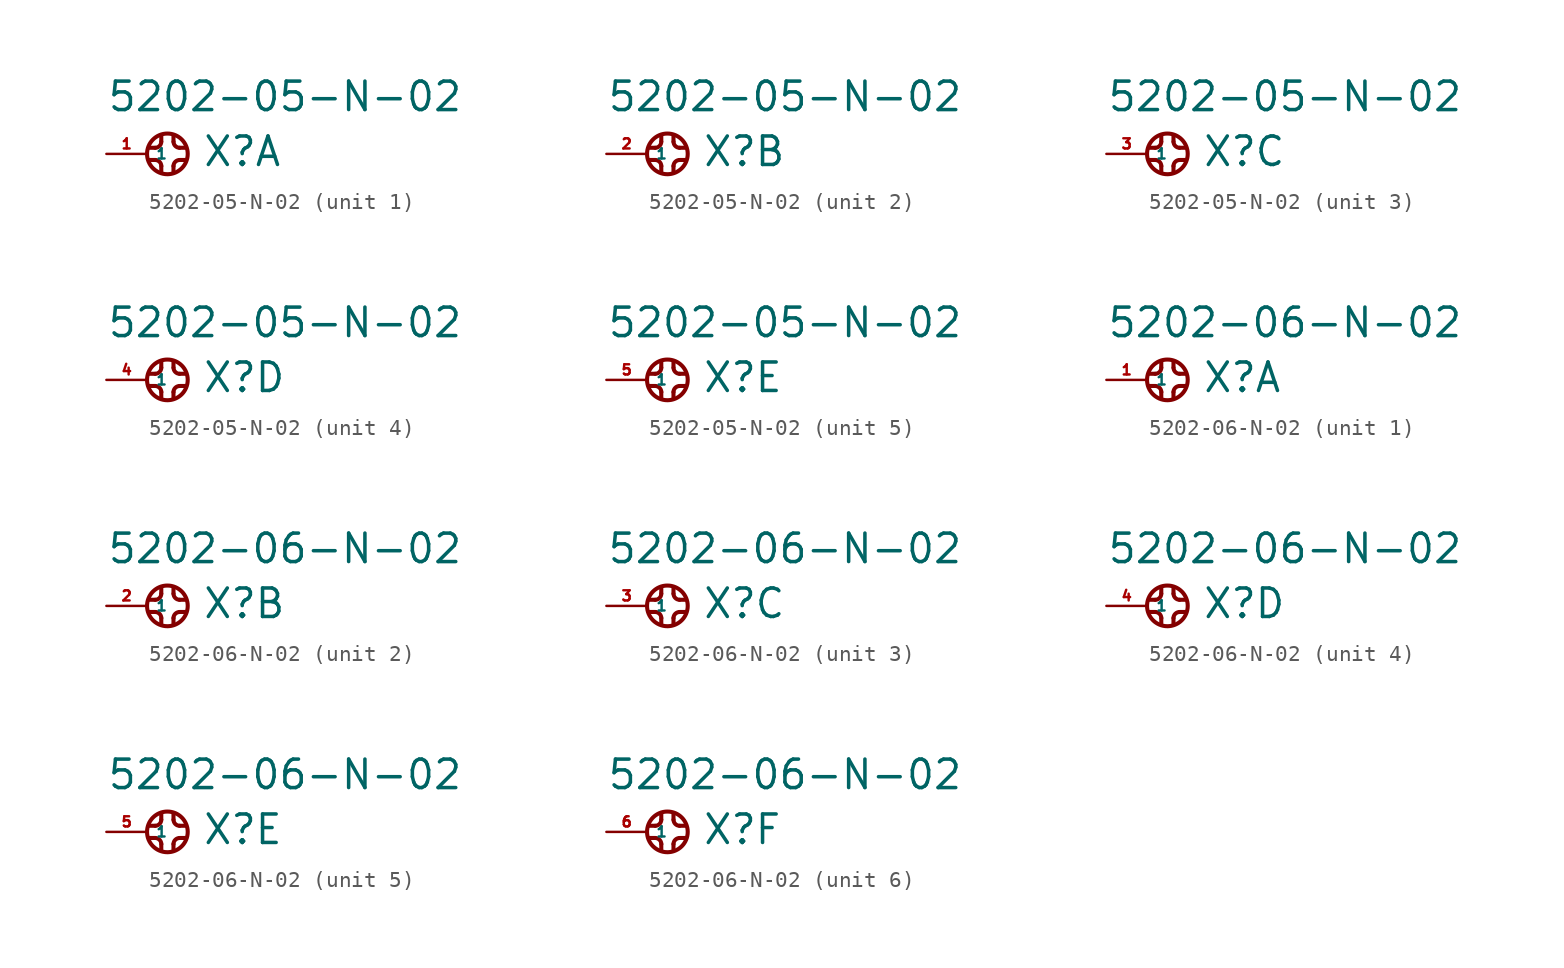
<source format=kicad_sym>
(kicad_symbol_lib
  (version 20220914)
  (generator Eagle2Kicad)
  (symbol "5202-05-N-02"
    (property "Reference" "X"
      (at 3.429 -0.889 0)
      (effects (font (size 1.778 1.778) (thickness 0.22)) (justify left bottom)))
    (property "Value" "5202-05-N-02"
      (at -2.54 2.54 0)
      (effects (font (size 1.778 1.778) (thickness 0.22)) (justify left bottom)))
    (symbol "5202-05-N-02_1_0"
      (polyline (pts (xy 0.889 1.143) (xy 0.889 0.762)) (stroke (width 0.254) (type default)) (fill (type none)))
      (arc (start 0.508 0.381) (mid 0.777 0.493) (end 0.889 0.762) (stroke (width 0.254) (type default)) (fill (type none)))
      (polyline (pts (xy 0.508 0.381) (xy 0.127 0.381)) (stroke (width 0.254) (type default)) (fill (type none)))
      (polyline (pts (xy 0.127 -0.381) (xy 0.508 -0.381)) (stroke (width 0.254) (type default)) (fill (type none)))
      (arc (start 0.889 -0.762) (mid 0.777 -0.493) (end 0.508 -0.381) (stroke (width 0.254) (type default)) (fill (type none)))
      (polyline (pts (xy 0.889 -0.762) (xy 0.889 -1.143)) (stroke (width 0.254) (type default)) (fill (type none)))
      (polyline (pts (xy 1.651 -1.143) (xy 1.651 -0.762)) (stroke (width 0.254) (type default)) (fill (type none)))
      (arc (start 2.032 -0.381) (mid 1.763 -0.493) (end 1.651 -0.762) (stroke (width 0.254) (type default)) (fill (type none)))
      (polyline (pts (xy 2.032 -0.381) (xy 2.413 -0.381)) (stroke (width 0.254) (type default)) (fill (type none)))
      (polyline (pts (xy 2.413 0.381) (xy 2.032 0.381)) (stroke (width 0.254) (type default)) (fill (type none)))
      (arc (start 1.651 0.762) (mid 1.763 0.493) (end 2.032 0.381) (stroke (width 0.254) (type default)) (fill (type none)))
      (polyline (pts (xy 1.651 0.762) (xy 1.651 1.143)) (stroke (width 0.254) (type default)) (fill (type none)))
      (circle (center 1.27 0) (radius 1.27) (stroke (width 0.254) (type default)) (fill (type none)))
      (pin passive line (at -2.54 0 0) (length 2.54) (name "1" (effects (font (size 0.635 0.635) (thickness 0.08)) (justify left bottom))) (number "1" (effects (font (size 0.635 0.635) (thickness 0.08)) (justify left bottom)))))
    (symbol "5202-05-N-02_2_0"
      (polyline (pts (xy 0.889 1.143) (xy 0.889 0.762)) (stroke (width 0.254) (type default)) (fill (type none)))
      (arc (start 0.508 0.381) (mid 0.777 0.493) (end 0.889 0.762) (stroke (width 0.254) (type default)) (fill (type none)))
      (polyline (pts (xy 0.508 0.381) (xy 0.127 0.381)) (stroke (width 0.254) (type default)) (fill (type none)))
      (polyline (pts (xy 0.127 -0.381) (xy 0.508 -0.381)) (stroke (width 0.254) (type default)) (fill (type none)))
      (arc (start 0.889 -0.762) (mid 0.777 -0.493) (end 0.508 -0.381) (stroke (width 0.254) (type default)) (fill (type none)))
      (polyline (pts (xy 0.889 -0.762) (xy 0.889 -1.143)) (stroke (width 0.254) (type default)) (fill (type none)))
      (polyline (pts (xy 1.651 -1.143) (xy 1.651 -0.762)) (stroke (width 0.254) (type default)) (fill (type none)))
      (arc (start 2.032 -0.381) (mid 1.763 -0.493) (end 1.651 -0.762) (stroke (width 0.254) (type default)) (fill (type none)))
      (polyline (pts (xy 2.032 -0.381) (xy 2.413 -0.381)) (stroke (width 0.254) (type default)) (fill (type none)))
      (polyline (pts (xy 2.413 0.381) (xy 2.032 0.381)) (stroke (width 0.254) (type default)) (fill (type none)))
      (arc (start 1.651 0.762) (mid 1.763 0.493) (end 2.032 0.381) (stroke (width 0.254) (type default)) (fill (type none)))
      (polyline (pts (xy 1.651 0.762) (xy 1.651 1.143)) (stroke (width 0.254) (type default)) (fill (type none)))
      (circle (center 1.27 0) (radius 1.27) (stroke (width 0.254) (type default)) (fill (type none)))
      (pin passive line (at -2.54 0 0) (length 2.54) (name "1" (effects (font (size 0.635 0.635) (thickness 0.08)) (justify left bottom))) (number "2" (effects (font (size 0.635 0.635) (thickness 0.08)) (justify left bottom)))))
    (symbol "5202-05-N-02_3_0"
      (polyline (pts (xy 0.889 1.143) (xy 0.889 0.762)) (stroke (width 0.254) (type default)) (fill (type none)))
      (arc (start 0.508 0.381) (mid 0.777 0.493) (end 0.889 0.762) (stroke (width 0.254) (type default)) (fill (type none)))
      (polyline (pts (xy 0.508 0.381) (xy 0.127 0.381)) (stroke (width 0.254) (type default)) (fill (type none)))
      (polyline (pts (xy 0.127 -0.381) (xy 0.508 -0.381)) (stroke (width 0.254) (type default)) (fill (type none)))
      (arc (start 0.889 -0.762) (mid 0.777 -0.493) (end 0.508 -0.381) (stroke (width 0.254) (type default)) (fill (type none)))
      (polyline (pts (xy 0.889 -0.762) (xy 0.889 -1.143)) (stroke (width 0.254) (type default)) (fill (type none)))
      (polyline (pts (xy 1.651 -1.143) (xy 1.651 -0.762)) (stroke (width 0.254) (type default)) (fill (type none)))
      (arc (start 2.032 -0.381) (mid 1.763 -0.493) (end 1.651 -0.762) (stroke (width 0.254) (type default)) (fill (type none)))
      (polyline (pts (xy 2.032 -0.381) (xy 2.413 -0.381)) (stroke (width 0.254) (type default)) (fill (type none)))
      (polyline (pts (xy 2.413 0.381) (xy 2.032 0.381)) (stroke (width 0.254) (type default)) (fill (type none)))
      (arc (start 1.651 0.762) (mid 1.763 0.493) (end 2.032 0.381) (stroke (width 0.254) (type default)) (fill (type none)))
      (polyline (pts (xy 1.651 0.762) (xy 1.651 1.143)) (stroke (width 0.254) (type default)) (fill (type none)))
      (circle (center 1.27 0) (radius 1.27) (stroke (width 0.254) (type default)) (fill (type none)))
      (pin passive line (at -2.54 0 0) (length 2.54) (name "1" (effects (font (size 0.635 0.635) (thickness 0.08)) (justify left bottom))) (number "3" (effects (font (size 0.635 0.635) (thickness 0.08)) (justify left bottom)))))
    (symbol "5202-05-N-02_4_0"
      (polyline (pts (xy 0.889 1.143) (xy 0.889 0.762)) (stroke (width 0.254) (type default)) (fill (type none)))
      (arc (start 0.508 0.381) (mid 0.777 0.493) (end 0.889 0.762) (stroke (width 0.254) (type default)) (fill (type none)))
      (polyline (pts (xy 0.508 0.381) (xy 0.127 0.381)) (stroke (width 0.254) (type default)) (fill (type none)))
      (polyline (pts (xy 0.127 -0.381) (xy 0.508 -0.381)) (stroke (width 0.254) (type default)) (fill (type none)))
      (arc (start 0.889 -0.762) (mid 0.777 -0.493) (end 0.508 -0.381) (stroke (width 0.254) (type default)) (fill (type none)))
      (polyline (pts (xy 0.889 -0.762) (xy 0.889 -1.143)) (stroke (width 0.254) (type default)) (fill (type none)))
      (polyline (pts (xy 1.651 -1.143) (xy 1.651 -0.762)) (stroke (width 0.254) (type default)) (fill (type none)))
      (arc (start 2.032 -0.381) (mid 1.763 -0.493) (end 1.651 -0.762) (stroke (width 0.254) (type default)) (fill (type none)))
      (polyline (pts (xy 2.032 -0.381) (xy 2.413 -0.381)) (stroke (width 0.254) (type default)) (fill (type none)))
      (polyline (pts (xy 2.413 0.381) (xy 2.032 0.381)) (stroke (width 0.254) (type default)) (fill (type none)))
      (arc (start 1.651 0.762) (mid 1.763 0.493) (end 2.032 0.381) (stroke (width 0.254) (type default)) (fill (type none)))
      (polyline (pts (xy 1.651 0.762) (xy 1.651 1.143)) (stroke (width 0.254) (type default)) (fill (type none)))
      (circle (center 1.27 0) (radius 1.27) (stroke (width 0.254) (type default)) (fill (type none)))
      (pin passive line (at -2.54 0 0) (length 2.54) (name "1" (effects (font (size 0.635 0.635) (thickness 0.08)) (justify left bottom))) (number "4" (effects (font (size 0.635 0.635) (thickness 0.08)) (justify left bottom)))))
    (symbol "5202-05-N-02_5_0"
      (polyline (pts (xy 0.889 1.143) (xy 0.889 0.762)) (stroke (width 0.254) (type default)) (fill (type none)))
      (arc (start 0.508 0.381) (mid 0.777 0.493) (end 0.889 0.762) (stroke (width 0.254) (type default)) (fill (type none)))
      (polyline (pts (xy 0.508 0.381) (xy 0.127 0.381)) (stroke (width 0.254) (type default)) (fill (type none)))
      (polyline (pts (xy 0.127 -0.381) (xy 0.508 -0.381)) (stroke (width 0.254) (type default)) (fill (type none)))
      (arc (start 0.889 -0.762) (mid 0.777 -0.493) (end 0.508 -0.381) (stroke (width 0.254) (type default)) (fill (type none)))
      (polyline (pts (xy 0.889 -0.762) (xy 0.889 -1.143)) (stroke (width 0.254) (type default)) (fill (type none)))
      (polyline (pts (xy 1.651 -1.143) (xy 1.651 -0.762)) (stroke (width 0.254) (type default)) (fill (type none)))
      (arc (start 2.032 -0.381) (mid 1.763 -0.493) (end 1.651 -0.762) (stroke (width 0.254) (type default)) (fill (type none)))
      (polyline (pts (xy 2.032 -0.381) (xy 2.413 -0.381)) (stroke (width 0.254) (type default)) (fill (type none)))
      (polyline (pts (xy 2.413 0.381) (xy 2.032 0.381)) (stroke (width 0.254) (type default)) (fill (type none)))
      (arc (start 1.651 0.762) (mid 1.763 0.493) (end 2.032 0.381) (stroke (width 0.254) (type default)) (fill (type none)))
      (polyline (pts (xy 1.651 0.762) (xy 1.651 1.143)) (stroke (width 0.254) (type default)) (fill (type none)))
      (circle (center 1.27 0) (radius 1.27) (stroke (width 0.254) (type default)) (fill (type none)))
      (pin passive line (at -2.54 0 0) (length 2.54) (name "1" (effects (font (size 0.635 0.635) (thickness 0.08)) (justify left bottom))) (number "5" (effects (font (size 0.635 0.635) (thickness 0.08)) (justify left bottom))))))
  (symbol "5202-06-N-02"
    (property "Reference" "X"
      (at 3.429 -0.889 0)
      (effects (font (size 1.778 1.778) (thickness 0.22)) (justify left bottom)))
    (property "Value" "5202-06-N-02"
      (at -2.54 2.54 0)
      (effects (font (size 1.778 1.778) (thickness 0.22)) (justify left bottom)))
    (symbol "5202-06-N-02_1_0"
      (polyline (pts (xy 0.889 1.143) (xy 0.889 0.762)) (stroke (width 0.254) (type default)) (fill (type none)))
      (arc (start 0.508 0.381) (mid 0.777 0.493) (end 0.889 0.762) (stroke (width 0.254) (type default)) (fill (type none)))
      (polyline (pts (xy 0.508 0.381) (xy 0.127 0.381)) (stroke (width 0.254) (type default)) (fill (type none)))
      (polyline (pts (xy 0.127 -0.381) (xy 0.508 -0.381)) (stroke (width 0.254) (type default)) (fill (type none)))
      (arc (start 0.889 -0.762) (mid 0.777 -0.493) (end 0.508 -0.381) (stroke (width 0.254) (type default)) (fill (type none)))
      (polyline (pts (xy 0.889 -0.762) (xy 0.889 -1.143)) (stroke (width 0.254) (type default)) (fill (type none)))
      (polyline (pts (xy 1.651 -1.143) (xy 1.651 -0.762)) (stroke (width 0.254) (type default)) (fill (type none)))
      (arc (start 2.032 -0.381) (mid 1.763 -0.493) (end 1.651 -0.762) (stroke (width 0.254) (type default)) (fill (type none)))
      (polyline (pts (xy 2.032 -0.381) (xy 2.413 -0.381)) (stroke (width 0.254) (type default)) (fill (type none)))
      (polyline (pts (xy 2.413 0.381) (xy 2.032 0.381)) (stroke (width 0.254) (type default)) (fill (type none)))
      (arc (start 1.651 0.762) (mid 1.763 0.493) (end 2.032 0.381) (stroke (width 0.254) (type default)) (fill (type none)))
      (polyline (pts (xy 1.651 0.762) (xy 1.651 1.143)) (stroke (width 0.254) (type default)) (fill (type none)))
      (circle (center 1.27 0) (radius 1.27) (stroke (width 0.254) (type default)) (fill (type none)))
      (pin passive line (at -2.54 0 0) (length 2.54) (name "1" (effects (font (size 0.635 0.635) (thickness 0.08)) (justify left bottom))) (number "1" (effects (font (size 0.635 0.635) (thickness 0.08)) (justify left bottom)))))
    (symbol "5202-06-N-02_2_0"
      (polyline (pts (xy 0.889 1.143) (xy 0.889 0.762)) (stroke (width 0.254) (type default)) (fill (type none)))
      (arc (start 0.508 0.381) (mid 0.777 0.493) (end 0.889 0.762) (stroke (width 0.254) (type default)) (fill (type none)))
      (polyline (pts (xy 0.508 0.381) (xy 0.127 0.381)) (stroke (width 0.254) (type default)) (fill (type none)))
      (polyline (pts (xy 0.127 -0.381) (xy 0.508 -0.381)) (stroke (width 0.254) (type default)) (fill (type none)))
      (arc (start 0.889 -0.762) (mid 0.777 -0.493) (end 0.508 -0.381) (stroke (width 0.254) (type default)) (fill (type none)))
      (polyline (pts (xy 0.889 -0.762) (xy 0.889 -1.143)) (stroke (width 0.254) (type default)) (fill (type none)))
      (polyline (pts (xy 1.651 -1.143) (xy 1.651 -0.762)) (stroke (width 0.254) (type default)) (fill (type none)))
      (arc (start 2.032 -0.381) (mid 1.763 -0.493) (end 1.651 -0.762) (stroke (width 0.254) (type default)) (fill (type none)))
      (polyline (pts (xy 2.032 -0.381) (xy 2.413 -0.381)) (stroke (width 0.254) (type default)) (fill (type none)))
      (polyline (pts (xy 2.413 0.381) (xy 2.032 0.381)) (stroke (width 0.254) (type default)) (fill (type none)))
      (arc (start 1.651 0.762) (mid 1.763 0.493) (end 2.032 0.381) (stroke (width 0.254) (type default)) (fill (type none)))
      (polyline (pts (xy 1.651 0.762) (xy 1.651 1.143)) (stroke (width 0.254) (type default)) (fill (type none)))
      (circle (center 1.27 0) (radius 1.27) (stroke (width 0.254) (type default)) (fill (type none)))
      (pin passive line (at -2.54 0 0) (length 2.54) (name "1" (effects (font (size 0.635 0.635) (thickness 0.08)) (justify left bottom))) (number "2" (effects (font (size 0.635 0.635) (thickness 0.08)) (justify left bottom)))))
    (symbol "5202-06-N-02_3_0"
      (polyline (pts (xy 0.889 1.143) (xy 0.889 0.762)) (stroke (width 0.254) (type default)) (fill (type none)))
      (arc (start 0.508 0.381) (mid 0.777 0.493) (end 0.889 0.762) (stroke (width 0.254) (type default)) (fill (type none)))
      (polyline (pts (xy 0.508 0.381) (xy 0.127 0.381)) (stroke (width 0.254) (type default)) (fill (type none)))
      (polyline (pts (xy 0.127 -0.381) (xy 0.508 -0.381)) (stroke (width 0.254) (type default)) (fill (type none)))
      (arc (start 0.889 -0.762) (mid 0.777 -0.493) (end 0.508 -0.381) (stroke (width 0.254) (type default)) (fill (type none)))
      (polyline (pts (xy 0.889 -0.762) (xy 0.889 -1.143)) (stroke (width 0.254) (type default)) (fill (type none)))
      (polyline (pts (xy 1.651 -1.143) (xy 1.651 -0.762)) (stroke (width 0.254) (type default)) (fill (type none)))
      (arc (start 2.032 -0.381) (mid 1.763 -0.493) (end 1.651 -0.762) (stroke (width 0.254) (type default)) (fill (type none)))
      (polyline (pts (xy 2.032 -0.381) (xy 2.413 -0.381)) (stroke (width 0.254) (type default)) (fill (type none)))
      (polyline (pts (xy 2.413 0.381) (xy 2.032 0.381)) (stroke (width 0.254) (type default)) (fill (type none)))
      (arc (start 1.651 0.762) (mid 1.763 0.493) (end 2.032 0.381) (stroke (width 0.254) (type default)) (fill (type none)))
      (polyline (pts (xy 1.651 0.762) (xy 1.651 1.143)) (stroke (width 0.254) (type default)) (fill (type none)))
      (circle (center 1.27 0) (radius 1.27) (stroke (width 0.254) (type default)) (fill (type none)))
      (pin passive line (at -2.54 0 0) (length 2.54) (name "1" (effects (font (size 0.635 0.635) (thickness 0.08)) (justify left bottom))) (number "3" (effects (font (size 0.635 0.635) (thickness 0.08)) (justify left bottom)))))
    (symbol "5202-06-N-02_4_0"
      (polyline (pts (xy 0.889 1.143) (xy 0.889 0.762)) (stroke (width 0.254) (type default)) (fill (type none)))
      (arc (start 0.508 0.381) (mid 0.777 0.493) (end 0.889 0.762) (stroke (width 0.254) (type default)) (fill (type none)))
      (polyline (pts (xy 0.508 0.381) (xy 0.127 0.381)) (stroke (width 0.254) (type default)) (fill (type none)))
      (polyline (pts (xy 0.127 -0.381) (xy 0.508 -0.381)) (stroke (width 0.254) (type default)) (fill (type none)))
      (arc (start 0.889 -0.762) (mid 0.777 -0.493) (end 0.508 -0.381) (stroke (width 0.254) (type default)) (fill (type none)))
      (polyline (pts (xy 0.889 -0.762) (xy 0.889 -1.143)) (stroke (width 0.254) (type default)) (fill (type none)))
      (polyline (pts (xy 1.651 -1.143) (xy 1.651 -0.762)) (stroke (width 0.254) (type default)) (fill (type none)))
      (arc (start 2.032 -0.381) (mid 1.763 -0.493) (end 1.651 -0.762) (stroke (width 0.254) (type default)) (fill (type none)))
      (polyline (pts (xy 2.032 -0.381) (xy 2.413 -0.381)) (stroke (width 0.254) (type default)) (fill (type none)))
      (polyline (pts (xy 2.413 0.381) (xy 2.032 0.381)) (stroke (width 0.254) (type default)) (fill (type none)))
      (arc (start 1.651 0.762) (mid 1.763 0.493) (end 2.032 0.381) (stroke (width 0.254) (type default)) (fill (type none)))
      (polyline (pts (xy 1.651 0.762) (xy 1.651 1.143)) (stroke (width 0.254) (type default)) (fill (type none)))
      (circle (center 1.27 0) (radius 1.27) (stroke (width 0.254) (type default)) (fill (type none)))
      (pin passive line (at -2.54 0 0) (length 2.54) (name "1" (effects (font (size 0.635 0.635) (thickness 0.08)) (justify left bottom))) (number "4" (effects (font (size 0.635 0.635) (thickness 0.08)) (justify left bottom)))))
    (symbol "5202-06-N-02_5_0"
      (polyline (pts (xy 0.889 1.143) (xy 0.889 0.762)) (stroke (width 0.254) (type default)) (fill (type none)))
      (arc (start 0.508 0.381) (mid 0.777 0.493) (end 0.889 0.762) (stroke (width 0.254) (type default)) (fill (type none)))
      (polyline (pts (xy 0.508 0.381) (xy 0.127 0.381)) (stroke (width 0.254) (type default)) (fill (type none)))
      (polyline (pts (xy 0.127 -0.381) (xy 0.508 -0.381)) (stroke (width 0.254) (type default)) (fill (type none)))
      (arc (start 0.889 -0.762) (mid 0.777 -0.493) (end 0.508 -0.381) (stroke (width 0.254) (type default)) (fill (type none)))
      (polyline (pts (xy 0.889 -0.762) (xy 0.889 -1.143)) (stroke (width 0.254) (type default)) (fill (type none)))
      (polyline (pts (xy 1.651 -1.143) (xy 1.651 -0.762)) (stroke (width 0.254) (type default)) (fill (type none)))
      (arc (start 2.032 -0.381) (mid 1.763 -0.493) (end 1.651 -0.762) (stroke (width 0.254) (type default)) (fill (type none)))
      (polyline (pts (xy 2.032 -0.381) (xy 2.413 -0.381)) (stroke (width 0.254) (type default)) (fill (type none)))
      (polyline (pts (xy 2.413 0.381) (xy 2.032 0.381)) (stroke (width 0.254) (type default)) (fill (type none)))
      (arc (start 1.651 0.762) (mid 1.763 0.493) (end 2.032 0.381) (stroke (width 0.254) (type default)) (fill (type none)))
      (polyline (pts (xy 1.651 0.762) (xy 1.651 1.143)) (stroke (width 0.254) (type default)) (fill (type none)))
      (circle (center 1.27 0) (radius 1.27) (stroke (width 0.254) (type default)) (fill (type none)))
      (pin passive line (at -2.54 0 0) (length 2.54) (name "1" (effects (font (size 0.635 0.635) (thickness 0.08)) (justify left bottom))) (number "5" (effects (font (size 0.635 0.635) (thickness 0.08)) (justify left bottom)))))
    (symbol "5202-06-N-02_6_0"
      (polyline (pts (xy 0.889 1.143) (xy 0.889 0.762)) (stroke (width 0.254) (type default)) (fill (type none)))
      (arc (start 0.508 0.381) (mid 0.777 0.493) (end 0.889 0.762) (stroke (width 0.254) (type default)) (fill (type none)))
      (polyline (pts (xy 0.508 0.381) (xy 0.127 0.381)) (stroke (width 0.254) (type default)) (fill (type none)))
      (polyline (pts (xy 0.127 -0.381) (xy 0.508 -0.381)) (stroke (width 0.254) (type default)) (fill (type none)))
      (arc (start 0.889 -0.762) (mid 0.777 -0.493) (end 0.508 -0.381) (stroke (width 0.254) (type default)) (fill (type none)))
      (polyline (pts (xy 0.889 -0.762) (xy 0.889 -1.143)) (stroke (width 0.254) (type default)) (fill (type none)))
      (polyline (pts (xy 1.651 -1.143) (xy 1.651 -0.762)) (stroke (width 0.254) (type default)) (fill (type none)))
      (arc (start 2.032 -0.381) (mid 1.763 -0.493) (end 1.651 -0.762) (stroke (width 0.254) (type default)) (fill (type none)))
      (polyline (pts (xy 2.032 -0.381) (xy 2.413 -0.381)) (stroke (width 0.254) (type default)) (fill (type none)))
      (polyline (pts (xy 2.413 0.381) (xy 2.032 0.381)) (stroke (width 0.254) (type default)) (fill (type none)))
      (arc (start 1.651 0.762) (mid 1.763 0.493) (end 2.032 0.381) (stroke (width 0.254) (type default)) (fill (type none)))
      (polyline (pts (xy 1.651 0.762) (xy 1.651 1.143)) (stroke (width 0.254) (type default)) (fill (type none)))
      (circle (center 1.27 0) (radius 1.27) (stroke (width 0.254) (type default)) (fill (type none)))
      (pin passive line (at -2.54 0 0) (length 2.54) (name "1" (effects (font (size 0.635 0.635) (thickness 0.08)) (justify left bottom))) (number "6" (effects (font (size 0.635 0.635) (thickness 0.08)) (justify left bottom)))))))
</source>
